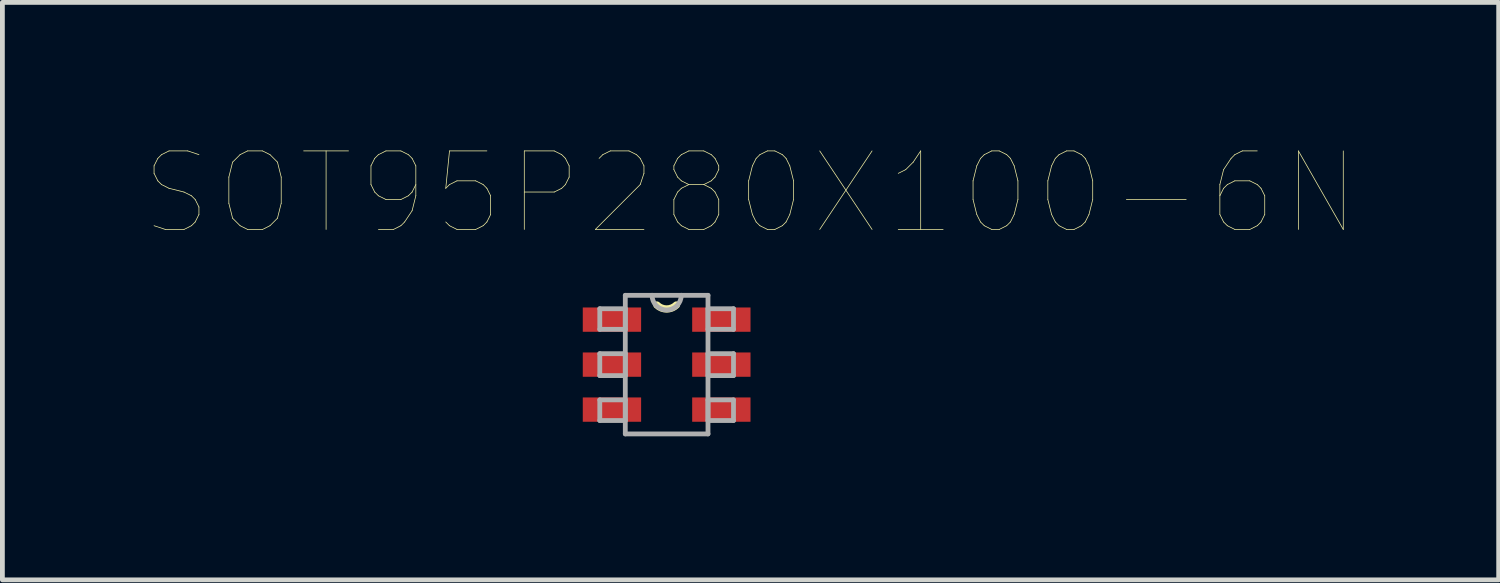
<source format=kicad_pcb>
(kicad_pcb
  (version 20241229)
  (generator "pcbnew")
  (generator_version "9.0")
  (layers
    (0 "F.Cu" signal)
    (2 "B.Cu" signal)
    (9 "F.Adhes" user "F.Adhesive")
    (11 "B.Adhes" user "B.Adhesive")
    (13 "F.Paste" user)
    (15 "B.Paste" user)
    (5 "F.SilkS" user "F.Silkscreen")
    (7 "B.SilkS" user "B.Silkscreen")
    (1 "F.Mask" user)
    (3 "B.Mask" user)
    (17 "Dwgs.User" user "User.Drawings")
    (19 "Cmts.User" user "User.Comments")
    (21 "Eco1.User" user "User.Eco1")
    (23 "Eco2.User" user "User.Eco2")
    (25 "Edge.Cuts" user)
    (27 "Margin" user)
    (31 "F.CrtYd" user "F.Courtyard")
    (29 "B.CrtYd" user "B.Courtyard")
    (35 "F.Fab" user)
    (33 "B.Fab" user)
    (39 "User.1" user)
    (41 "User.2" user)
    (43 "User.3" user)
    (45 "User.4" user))
  (footprint "SOT95P280X100-6N"
    (layer "F.Cu")
    (at 10.88 4.569)
    (property "Reference" "SOT95P280X100-6N" (at 1.753 -3.583 0) (layer "F.SilkS") (effects (font (size 1.641 1.641) (thickness 0.015))))
    (attr through_hole)
    (fp_arc (start 0.2032 -1.2446) (mid 0 -1.162502) (end -0.2032 -1.2446) (stroke (width 0.1524) (type solid)) (layer "F.SilkS"))
    (fp_line (start -1.397 -1.168) (end -1.397 -0.737) (stroke (width 0.1) (type solid)) (layer "F.Fab"))
    (fp_line (start -1.397 -0.737) (end -0.864 -0.737) (stroke (width 0.1) (type solid)) (layer "F.Fab"))
    (fp_line (start -1.397 -0.229) (end -1.397 0.229) (stroke (width 0.1) (type solid)) (layer "F.Fab"))
    (fp_line (start -1.397 0.229) (end -0.864 0.229) (stroke (width 0.1) (type solid)) (layer "F.Fab"))
    (fp_line (start -1.397 0.737) (end -1.397 1.168) (stroke (width 0.1) (type solid)) (layer "F.Fab"))
    (fp_line (start -1.397 1.168) (end -0.864 1.168) (stroke (width 0.1) (type solid)) (layer "F.Fab"))
    (fp_line (start -0.864 -1.448) (end -0.864 1.448) (stroke (width 0.1) (type solid)) (layer "F.Fab"))
    (fp_line (start -0.864 -1.168) (end -1.397 -1.168) (stroke (width 0.1) (type solid)) (layer "F.Fab"))
    (fp_line (start -0.864 -0.737) (end -0.864 -1.168) (stroke (width 0.1) (type solid)) (layer "F.Fab"))
    (fp_line (start -0.864 -0.229) (end -1.397 -0.229) (stroke (width 0.1) (type solid)) (layer "F.Fab"))
    (fp_line (start -0.864 0.229) (end -0.864 -0.229) (stroke (width 0.1) (type solid)) (layer "F.Fab"))
    (fp_line (start -0.864 0.737) (end -1.397 0.737) (stroke (width 0.1) (type solid)) (layer "F.Fab"))
    (fp_line (start -0.864 1.168) (end -0.864 0.737) (stroke (width 0.1) (type solid)) (layer "F.Fab"))
    (fp_line (start -0.864 1.448) (end 0.864 1.448) (stroke (width 0.1) (type solid)) (layer "F.Fab"))
    (fp_line (start -0.305 -1.448) (end -0.864 -1.448) (stroke (width 0.1) (type solid)) (layer "F.Fab"))
    (fp_line (start 0.305 -1.448) (end -0.305 -1.448) (stroke (width 0.1) (type solid)) (layer "F.Fab"))
    (fp_line (start 0.864 -1.448) (end 0.305 -1.448) (stroke (width 0.1) (type solid)) (layer "F.Fab"))
    (fp_line (start 0.864 -1.168) (end 0.864 -0.737) (stroke (width 0.1) (type solid)) (layer "F.Fab"))
    (fp_line (start 0.864 -0.737) (end 1.397 -0.737) (stroke (width 0.1) (type solid)) (layer "F.Fab"))
    (fp_line (start 0.864 -0.229) (end 0.864 0.229) (stroke (width 0.1) (type solid)) (layer "F.Fab"))
    (fp_line (start 0.864 0.229) (end 1.397 0.229) (stroke (width 0.1) (type solid)) (layer "F.Fab"))
    (fp_line (start 0.864 0.737) (end 0.864 1.168) (stroke (width 0.1) (type solid)) (layer "F.Fab"))
    (fp_line (start 0.864 1.168) (end 1.397 1.168) (stroke (width 0.1) (type solid)) (layer "F.Fab"))
    (fp_line (start 0.864 1.448) (end 0.864 -1.448) (stroke (width 0.1) (type solid)) (layer "F.Fab"))
    (fp_line (start 1.397 -1.168) (end 0.864 -1.168) (stroke (width 0.1) (type solid)) (layer "F.Fab"))
    (fp_line (start 1.397 -0.737) (end 1.397 -1.168) (stroke (width 0.1) (type solid)) (layer "F.Fab"))
    (fp_line (start 1.397 -0.229) (end 0.864 -0.229) (stroke (width 0.1) (type solid)) (layer "F.Fab"))
    (fp_line (start 1.397 0.229) (end 1.397 -0.229) (stroke (width 0.1) (type solid)) (layer "F.Fab"))
    (fp_line (start 1.397 0.737) (end 0.864 0.737) (stroke (width 0.1) (type solid)) (layer "F.Fab"))
    (fp_line (start 1.397 1.168) (end 1.397 0.737) (stroke (width 0.1) (type solid)) (layer "F.Fab"))
    (fp_arc (start 0.3048 -1.4478) (mid 0 -1.143) (end -0.3048 -1.4478) (stroke (width 0.1) (type solid)) (layer "F.Fab"))
    (pad "1" smd rect (at -1.143 -0.94) (size 1.219 0.508) (layers "F.Cu" "F.Mask" "F.Paste"))
    (pad "2" smd rect (at -1.143 0) (size 1.219 0.508) (layers "F.Cu" "F.Mask" "F.Paste"))
    (pad "3" smd rect (at -1.143 0.94) (size 1.219 0.508) (layers "F.Cu" "F.Mask" "F.Paste"))
    (pad "4" smd rect (at 1.143 0.94) (size 1.219 0.508) (layers "F.Cu" "F.Mask" "F.Paste"))
    (pad "5" smd rect (at 1.143 0) (size 1.219 0.508) (layers "F.Cu" "F.Mask" "F.Paste"))
    (pad "6" smd rect (at 1.143 -0.94) (size 1.219 0.508) (layers "F.Cu" "F.Mask" "F.Paste")))
  (gr_rect
    (start -3 -3)
    (end 28.266 9.067)
    (stroke (width 0.1) (type default))
    (fill no)
    (layer "Edge.Cuts")))
</source>
